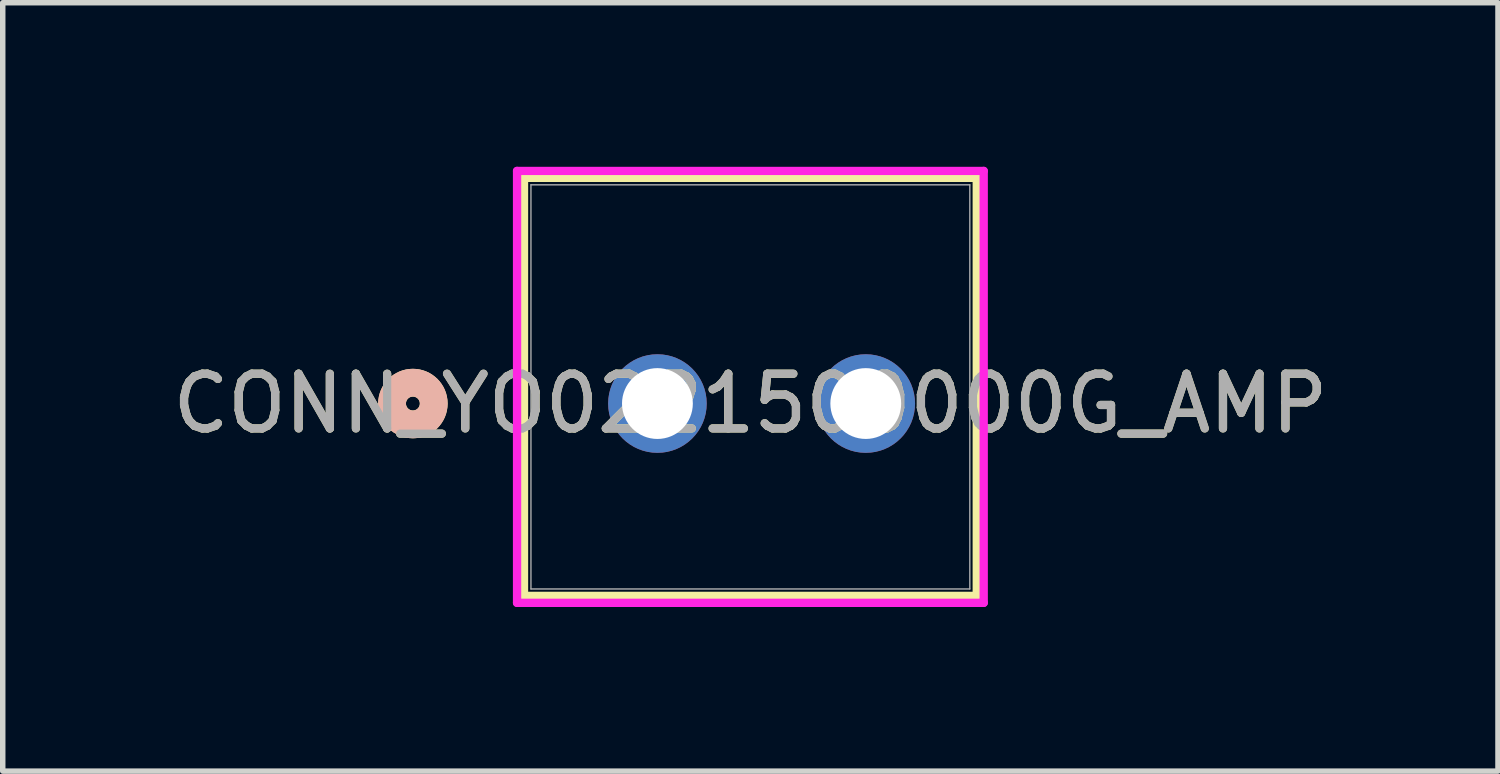
<source format=kicad_pcb>
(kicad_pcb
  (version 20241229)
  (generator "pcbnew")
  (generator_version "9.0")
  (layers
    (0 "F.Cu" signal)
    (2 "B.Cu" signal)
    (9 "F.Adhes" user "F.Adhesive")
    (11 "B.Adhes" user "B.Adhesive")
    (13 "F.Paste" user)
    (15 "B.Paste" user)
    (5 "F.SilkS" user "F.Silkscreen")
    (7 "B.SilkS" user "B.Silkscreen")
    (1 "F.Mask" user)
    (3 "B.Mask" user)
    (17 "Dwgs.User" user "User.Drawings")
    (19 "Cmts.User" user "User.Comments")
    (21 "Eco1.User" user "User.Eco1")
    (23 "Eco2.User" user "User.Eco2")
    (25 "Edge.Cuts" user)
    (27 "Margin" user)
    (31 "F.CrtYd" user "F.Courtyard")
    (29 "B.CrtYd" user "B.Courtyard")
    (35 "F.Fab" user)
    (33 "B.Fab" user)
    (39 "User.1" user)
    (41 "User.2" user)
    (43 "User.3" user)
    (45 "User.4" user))
  (footprint "CONN_YO0221500000G_AMP"
    (layer "F.Cu")
    (at 8.973 4.33)
    (property "Reference" "CONN_YO0221500000G_AMP" (at 1.7 0 0) (unlocked yes) (layer "F.SilkS") (effects (font (size 1 1) (thickness 0.15))))
    (attr through_hole)
    (fp_line (start -2.44 -4.127) (end -2.44 3.518) (stroke (width 0.152) (type solid)) (layer "F.SilkS"))
    (fp_line (start -2.44 3.518) (end 5.84 3.518) (stroke (width 0.152) (type solid)) (layer "F.SilkS"))
    (fp_line (start 5.84 -4.127) (end -2.44 -4.127) (stroke (width 0.152) (type solid)) (layer "F.SilkS"))
    (fp_line (start 5.84 3.518) (end 5.84 -4.127) (stroke (width 0.152) (type solid)) (layer "F.SilkS"))
    (fp_circle (center -4.472 0) (end -4.091 0) (stroke (width 0.508) (type solid)) (fill no) (layer "F.SilkS"))
    (fp_circle (center -4.472 0) (end -4.091 0) (stroke (width 0.508) (type solid)) (fill no) (layer "B.SilkS"))
    (fp_line (start -2.567 -4.254) (end -2.567 3.645) (stroke (width 0.152) (type solid)) (layer "F.CrtYd"))
    (fp_line (start -2.567 3.645) (end 5.967 3.645) (stroke (width 0.152) (type solid)) (layer "F.CrtYd"))
    (fp_line (start 5.967 -4.254) (end -2.567 -4.254) (stroke (width 0.152) (type solid)) (layer "F.CrtYd"))
    (fp_line (start 5.967 3.645) (end 5.967 -4.254) (stroke (width 0.152) (type solid)) (layer "F.CrtYd"))
    (fp_line (start -2.313 -4) (end -2.313 3.391) (stroke (width 0.025) (type solid)) (layer "F.Fab"))
    (fp_line (start -2.313 3.391) (end 5.713 3.391) (stroke (width 0.025) (type solid)) (layer "F.Fab"))
    (fp_line (start 5.713 -4) (end -2.313 -4) (stroke (width 0.025) (type solid)) (layer "F.Fab"))
    (fp_line (start 5.713 3.391) (end 5.713 -4) (stroke (width 0.025) (type solid)) (layer "F.Fab"))
    (fp_circle (center 0 0) (end 0.381 0) (stroke (width 0.508) (type solid)) (fill no) (layer "F.Fab"))
    (fp_text user "${REFERENCE}" (at 1.7 0 0) (unlocked yes) (layer "F.Fab") (effects (font (size 1 1) (thickness 0.15))))
    (pad "1" thru_hole circle (at 0 0) (size 1.803 1.803) (drill 1.295) (layers "*.Cu" "*.Mask"))
    (pad "2" thru_hole circle (at 3.81 0) (size 1.803 1.803) (drill 1.295) (layers "*.Cu" "*.Mask")))
  (gr_rect
    (start -3 -3)
    (end 24.345 11.052)
    (stroke (width 0.1) (type default))
    (fill no)
    (layer "Edge.Cuts")))
</source>
